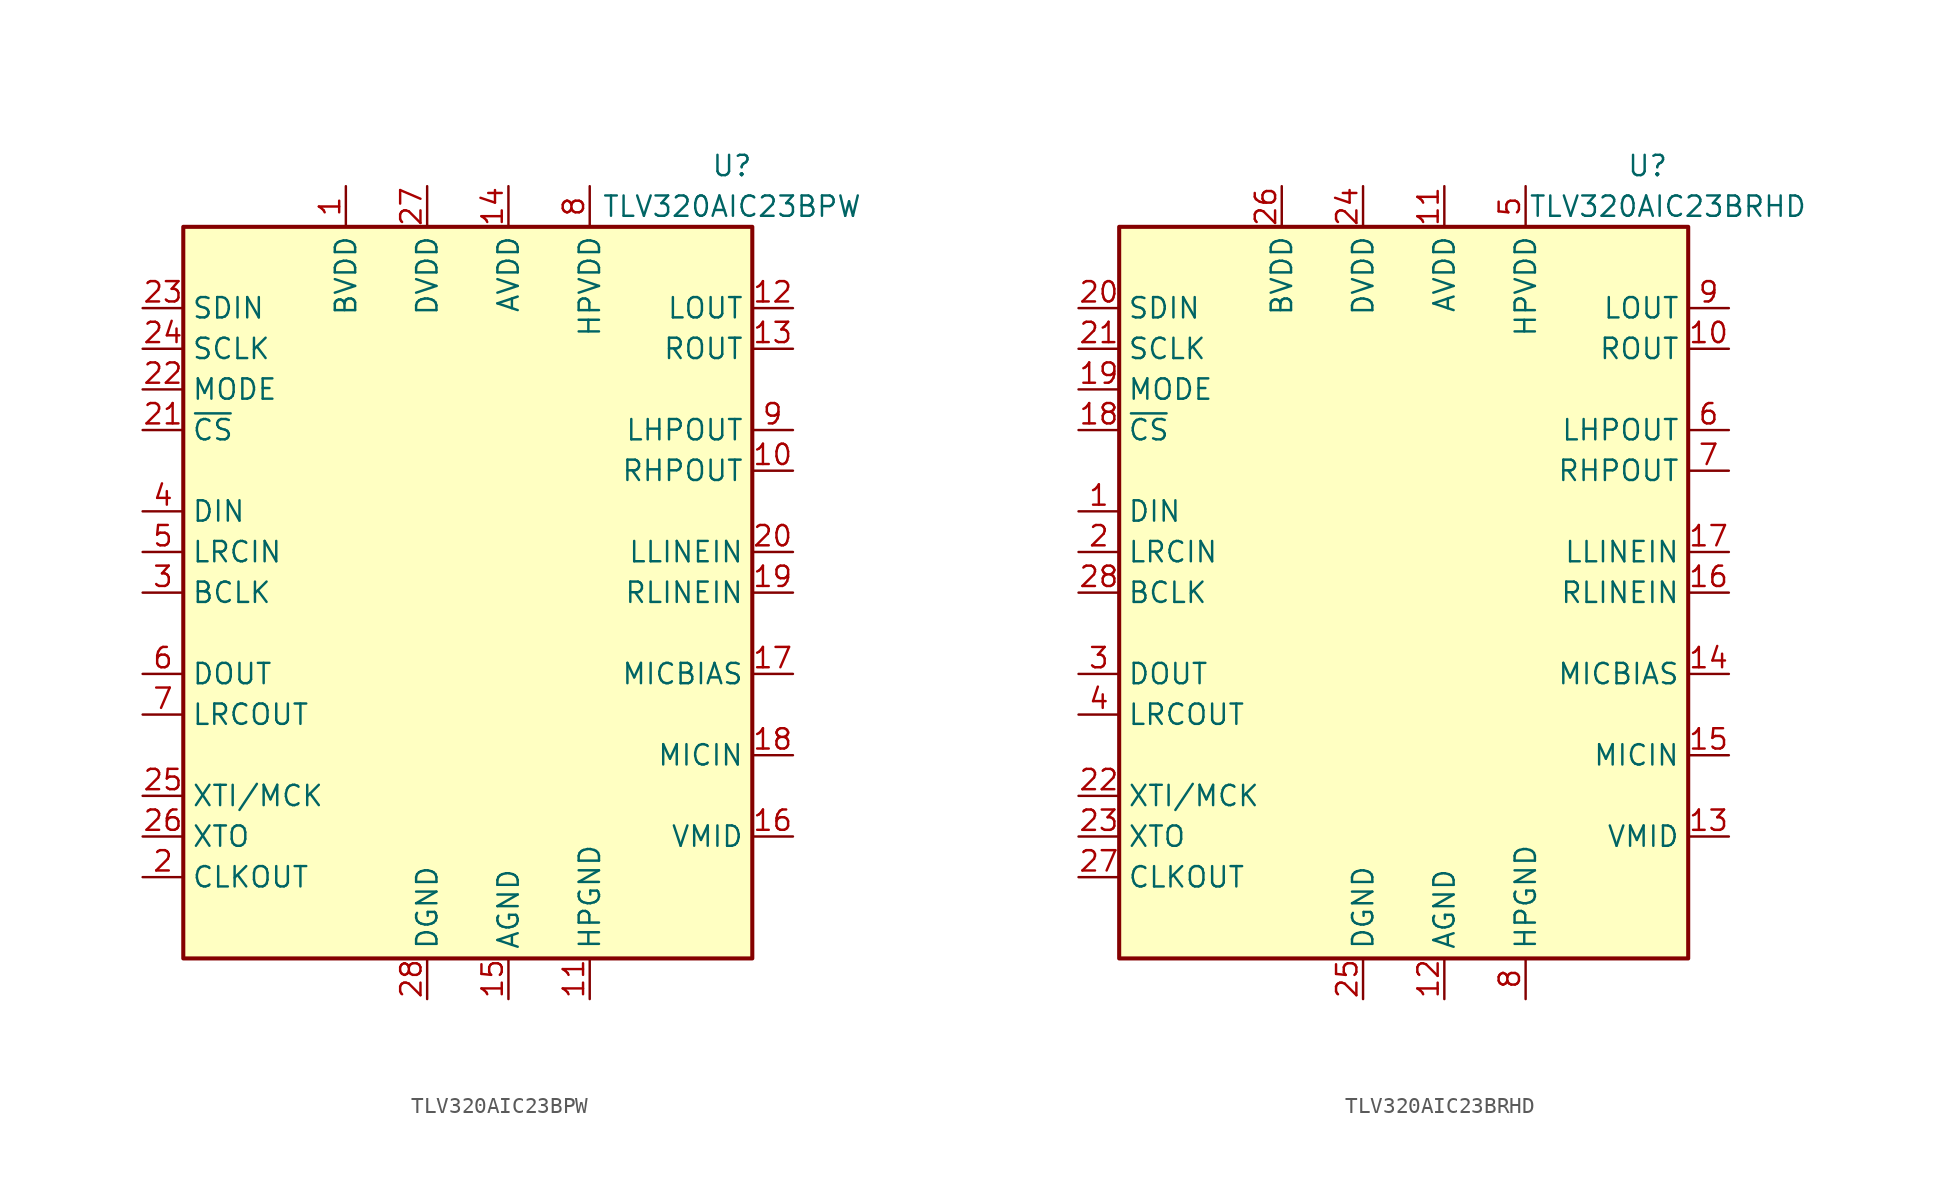
<source format=kicad_sym>
(kicad_symbol_lib
  (version 20201005)
  (generator kicad_symbol_editor)
  (symbol "TLV320AIC23BPW"
    (property "Reference" "U"
      (at 16.51 26.67 0)
      (effects (font (size 1.27 1.27))))
    (property "Value" "TLV320AIC23BPW"
      (at 16.51 24.13 0)
      (effects (font (size 1.27 1.27))))
    (symbol "TLV320AIC23BPW_0_1"
      (rectangle (start -17.78 22.86) (end 17.78 -22.86) (stroke (width 0.254)) (fill (type background))))
    (symbol "TLV320AIC23BPW_1_1"
      (pin power_in line (at -7.62 25.4 270) (length 2.54) (name "BVDD" (effects (font (size 1.27 1.27)))) (number "1" (effects (font (size 1.27 1.27)))))
      (pin passive line (at 20.32 7.62 180) (length 2.54) (name "RHPOUT" (effects (font (size 1.27 1.27)))) (number "10" (effects (font (size 1.27 1.27)))))
      (pin power_in line (at 7.62 -25.4 90) (length 2.54) (name "HPGND" (effects (font (size 1.27 1.27)))) (number "11" (effects (font (size 1.27 1.27)))))
      (pin passive line (at 20.32 17.78 180) (length 2.54) (name "LOUT" (effects (font (size 1.27 1.27)))) (number "12" (effects (font (size 1.27 1.27)))))
      (pin passive line (at 20.32 15.24 180) (length 2.54) (name "ROUT" (effects (font (size 1.27 1.27)))) (number "13" (effects (font (size 1.27 1.27)))))
      (pin power_in line (at 2.54 25.4 270) (length 2.54) (name "AVDD" (effects (font (size 1.27 1.27)))) (number "14" (effects (font (size 1.27 1.27)))))
      (pin power_in line (at 2.54 -25.4 90) (length 2.54) (name "AGND" (effects (font (size 1.27 1.27)))) (number "15" (effects (font (size 1.27 1.27)))))
      (pin passive line (at 20.32 -15.24 180) (length 2.54) (name "VMID" (effects (font (size 1.27 1.27)))) (number "16" (effects (font (size 1.27 1.27)))))
      (pin passive line (at 20.32 -5.08 180) (length 2.54) (name "MICBIAS" (effects (font (size 1.27 1.27)))) (number "17" (effects (font (size 1.27 1.27)))))
      (pin passive line (at 20.32 -10.16 180) (length 2.54) (name "MICIN" (effects (font (size 1.27 1.27)))) (number "18" (effects (font (size 1.27 1.27)))))
      (pin passive line (at 20.32 0 180) (length 2.54) (name "RLINEIN" (effects (font (size 1.27 1.27)))) (number "19" (effects (font (size 1.27 1.27)))))
      (pin output line (at -20.32 -17.78 0) (length 2.54) (name "CLKOUT" (effects (font (size 1.27 1.27)))) (number "2" (effects (font (size 1.27 1.27)))))
      (pin passive line (at 20.32 2.54 180) (length 2.54) (name "LLINEIN" (effects (font (size 1.27 1.27)))) (number "20" (effects (font (size 1.27 1.27)))))
      (pin input line (at -20.32 10.16 0) (length 2.54) (name "~CS~" (effects (font (size 1.27 1.27)))) (number "21" (effects (font (size 1.27 1.27)))))
      (pin input line (at -20.32 12.7 0) (length 2.54) (name "MODE" (effects (font (size 1.27 1.27)))) (number "22" (effects (font (size 1.27 1.27)))))
      (pin input line (at -20.32 17.78 0) (length 2.54) (name "SDIN" (effects (font (size 1.27 1.27)))) (number "23" (effects (font (size 1.27 1.27)))))
      (pin input line (at -20.32 15.24 0) (length 2.54) (name "SCLK" (effects (font (size 1.27 1.27)))) (number "24" (effects (font (size 1.27 1.27)))))
      (pin passive line (at -20.32 -12.7 0) (length 2.54) (name "XTI/MCK" (effects (font (size 1.27 1.27)))) (number "25" (effects (font (size 1.27 1.27)))))
      (pin passive line (at -20.32 -15.24 0) (length 2.54) (name "XTO" (effects (font (size 1.27 1.27)))) (number "26" (effects (font (size 1.27 1.27)))))
      (pin power_in line (at -2.54 25.4 270) (length 2.54) (name "DVDD" (effects (font (size 1.27 1.27)))) (number "27" (effects (font (size 1.27 1.27)))))
      (pin power_in line (at -2.54 -25.4 90) (length 2.54) (name "DGND" (effects (font (size 1.27 1.27)))) (number "28" (effects (font (size 1.27 1.27)))))
      (pin bidirectional line (at -20.32 0 0) (length 2.54) (name "BCLK" (effects (font (size 1.27 1.27)))) (number "3" (effects (font (size 1.27 1.27)))))
      (pin input line (at -20.32 5.08 0) (length 2.54) (name "DIN" (effects (font (size 1.27 1.27)))) (number "4" (effects (font (size 1.27 1.27)))))
      (pin input line (at -20.32 2.54 0) (length 2.54) (name "LRCIN" (effects (font (size 1.27 1.27)))) (number "5" (effects (font (size 1.27 1.27)))))
      (pin output line (at -20.32 -5.08 0) (length 2.54) (name "DOUT" (effects (font (size 1.27 1.27)))) (number "6" (effects (font (size 1.27 1.27)))))
      (pin output line (at -20.32 -7.62 0) (length 2.54) (name "LRCOUT" (effects (font (size 1.27 1.27)))) (number "7" (effects (font (size 1.27 1.27)))))
      (pin power_in line (at 7.62 25.4 270) (length 2.54) (name "HPVDD" (effects (font (size 1.27 1.27)))) (number "8" (effects (font (size 1.27 1.27)))))
      (pin passive line (at 20.32 10.16 180) (length 2.54) (name "LHPOUT" (effects (font (size 1.27 1.27)))) (number "9" (effects (font (size 1.27 1.27)))))))
  (symbol "TLV320AIC23BRHD"
    (property "Reference" "U"
      (at 15.24 26.67 0)
      (effects (font (size 1.27 1.27))))
    (property "Value" "TLV320AIC23BRHD"
      (at 16.51 24.13 0)
      (effects (font (size 1.27 1.27))))
    (symbol "TLV320AIC23BRHD_0_1"
      (rectangle (start -17.78 22.86) (end 17.78 -22.86) (stroke (width 0.254)) (fill (type background))))
    (symbol "TLV320AIC23BRHD_1_1"
      (pin input line (at -20.32 5.08 0) (length 2.54) (name "DIN" (effects (font (size 1.27 1.27)))) (number "1" (effects (font (size 1.27 1.27)))))
      (pin passive line (at 20.32 15.24 180) (length 2.54) (name "ROUT" (effects (font (size 1.27 1.27)))) (number "10" (effects (font (size 1.27 1.27)))))
      (pin power_in line (at 2.54 25.4 270) (length 2.54) (name "AVDD" (effects (font (size 1.27 1.27)))) (number "11" (effects (font (size 1.27 1.27)))))
      (pin power_in line (at 2.54 -25.4 90) (length 2.54) (name "AGND" (effects (font (size 1.27 1.27)))) (number "12" (effects (font (size 1.27 1.27)))))
      (pin passive line (at 20.32 -15.24 180) (length 2.54) (name "VMID" (effects (font (size 1.27 1.27)))) (number "13" (effects (font (size 1.27 1.27)))))
      (pin passive line (at 20.32 -5.08 180) (length 2.54) (name "MICBIAS" (effects (font (size 1.27 1.27)))) (number "14" (effects (font (size 1.27 1.27)))))
      (pin passive line (at 20.32 -10.16 180) (length 2.54) (name "MICIN" (effects (font (size 1.27 1.27)))) (number "15" (effects (font (size 1.27 1.27)))))
      (pin passive line (at 20.32 0 180) (length 2.54) (name "RLINEIN" (effects (font (size 1.27 1.27)))) (number "16" (effects (font (size 1.27 1.27)))))
      (pin passive line (at 20.32 2.54 180) (length 2.54) (name "LLINEIN" (effects (font (size 1.27 1.27)))) (number "17" (effects (font (size 1.27 1.27)))))
      (pin input line (at -20.32 10.16 0) (length 2.54) (name "~CS~" (effects (font (size 1.27 1.27)))) (number "18" (effects (font (size 1.27 1.27)))))
      (pin input line (at -20.32 12.7 0) (length 2.54) (name "MODE" (effects (font (size 1.27 1.27)))) (number "19" (effects (font (size 1.27 1.27)))))
      (pin input line (at -20.32 2.54 0) (length 2.54) (name "LRCIN" (effects (font (size 1.27 1.27)))) (number "2" (effects (font (size 1.27 1.27)))))
      (pin input line (at -20.32 17.78 0) (length 2.54) (name "SDIN" (effects (font (size 1.27 1.27)))) (number "20" (effects (font (size 1.27 1.27)))))
      (pin input line (at -20.32 15.24 0) (length 2.54) (name "SCLK" (effects (font (size 1.27 1.27)))) (number "21" (effects (font (size 1.27 1.27)))))
      (pin passive line (at -20.32 -12.7 0) (length 2.54) (name "XTI/MCK" (effects (font (size 1.27 1.27)))) (number "22" (effects (font (size 1.27 1.27)))))
      (pin passive line (at -20.32 -15.24 0) (length 2.54) (name "XTO" (effects (font (size 1.27 1.27)))) (number "23" (effects (font (size 1.27 1.27)))))
      (pin power_in line (at -2.54 25.4 270) (length 2.54) (name "DVDD" (effects (font (size 1.27 1.27)))) (number "24" (effects (font (size 1.27 1.27)))))
      (pin power_in line (at -2.54 -25.4 90) (length 2.54) (name "DGND" (effects (font (size 1.27 1.27)))) (number "25" (effects (font (size 1.27 1.27)))))
      (pin power_in line (at -7.62 25.4 270) (length 2.54) (name "BVDD" (effects (font (size 1.27 1.27)))) (number "26" (effects (font (size 1.27 1.27)))))
      (pin output line (at -20.32 -17.78 0) (length 2.54) (name "CLKOUT" (effects (font (size 1.27 1.27)))) (number "27" (effects (font (size 1.27 1.27)))))
      (pin bidirectional line (at -20.32 0 0) (length 2.54) (name "BCLK" (effects (font (size 1.27 1.27)))) (number "28" (effects (font (size 1.27 1.27)))))
      (pin passive line (at 2.54 -25.4 90) (length 2.54) hide (name "AGND" (effects (font (size 1.27 1.27)))) (number "29" (effects (font (size 1.27 1.27)))))
      (pin output line (at -20.32 -5.08 0) (length 2.54) (name "DOUT" (effects (font (size 1.27 1.27)))) (number "3" (effects (font (size 1.27 1.27)))))
      (pin output line (at -20.32 -7.62 0) (length 2.54) (name "LRCOUT" (effects (font (size 1.27 1.27)))) (number "4" (effects (font (size 1.27 1.27)))))
      (pin power_in line (at 7.62 25.4 270) (length 2.54) (name "HPVDD" (effects (font (size 1.27 1.27)))) (number "5" (effects (font (size 1.27 1.27)))))
      (pin passive line (at 20.32 10.16 180) (length 2.54) (name "LHPOUT" (effects (font (size 1.27 1.27)))) (number "6" (effects (font (size 1.27 1.27)))))
      (pin passive line (at 20.32 7.62 180) (length 2.54) (name "RHPOUT" (effects (font (size 1.27 1.27)))) (number "7" (effects (font (size 1.27 1.27)))))
      (pin power_in line (at 7.62 -25.4 90) (length 2.54) (name "HPGND" (effects (font (size 1.27 1.27)))) (number "8" (effects (font (size 1.27 1.27)))))
      (pin passive line (at 20.32 17.78 180) (length 2.54) (name "LOUT" (effects (font (size 1.27 1.27)))) (number "9" (effects (font (size 1.27 1.27))))))))
</source>
